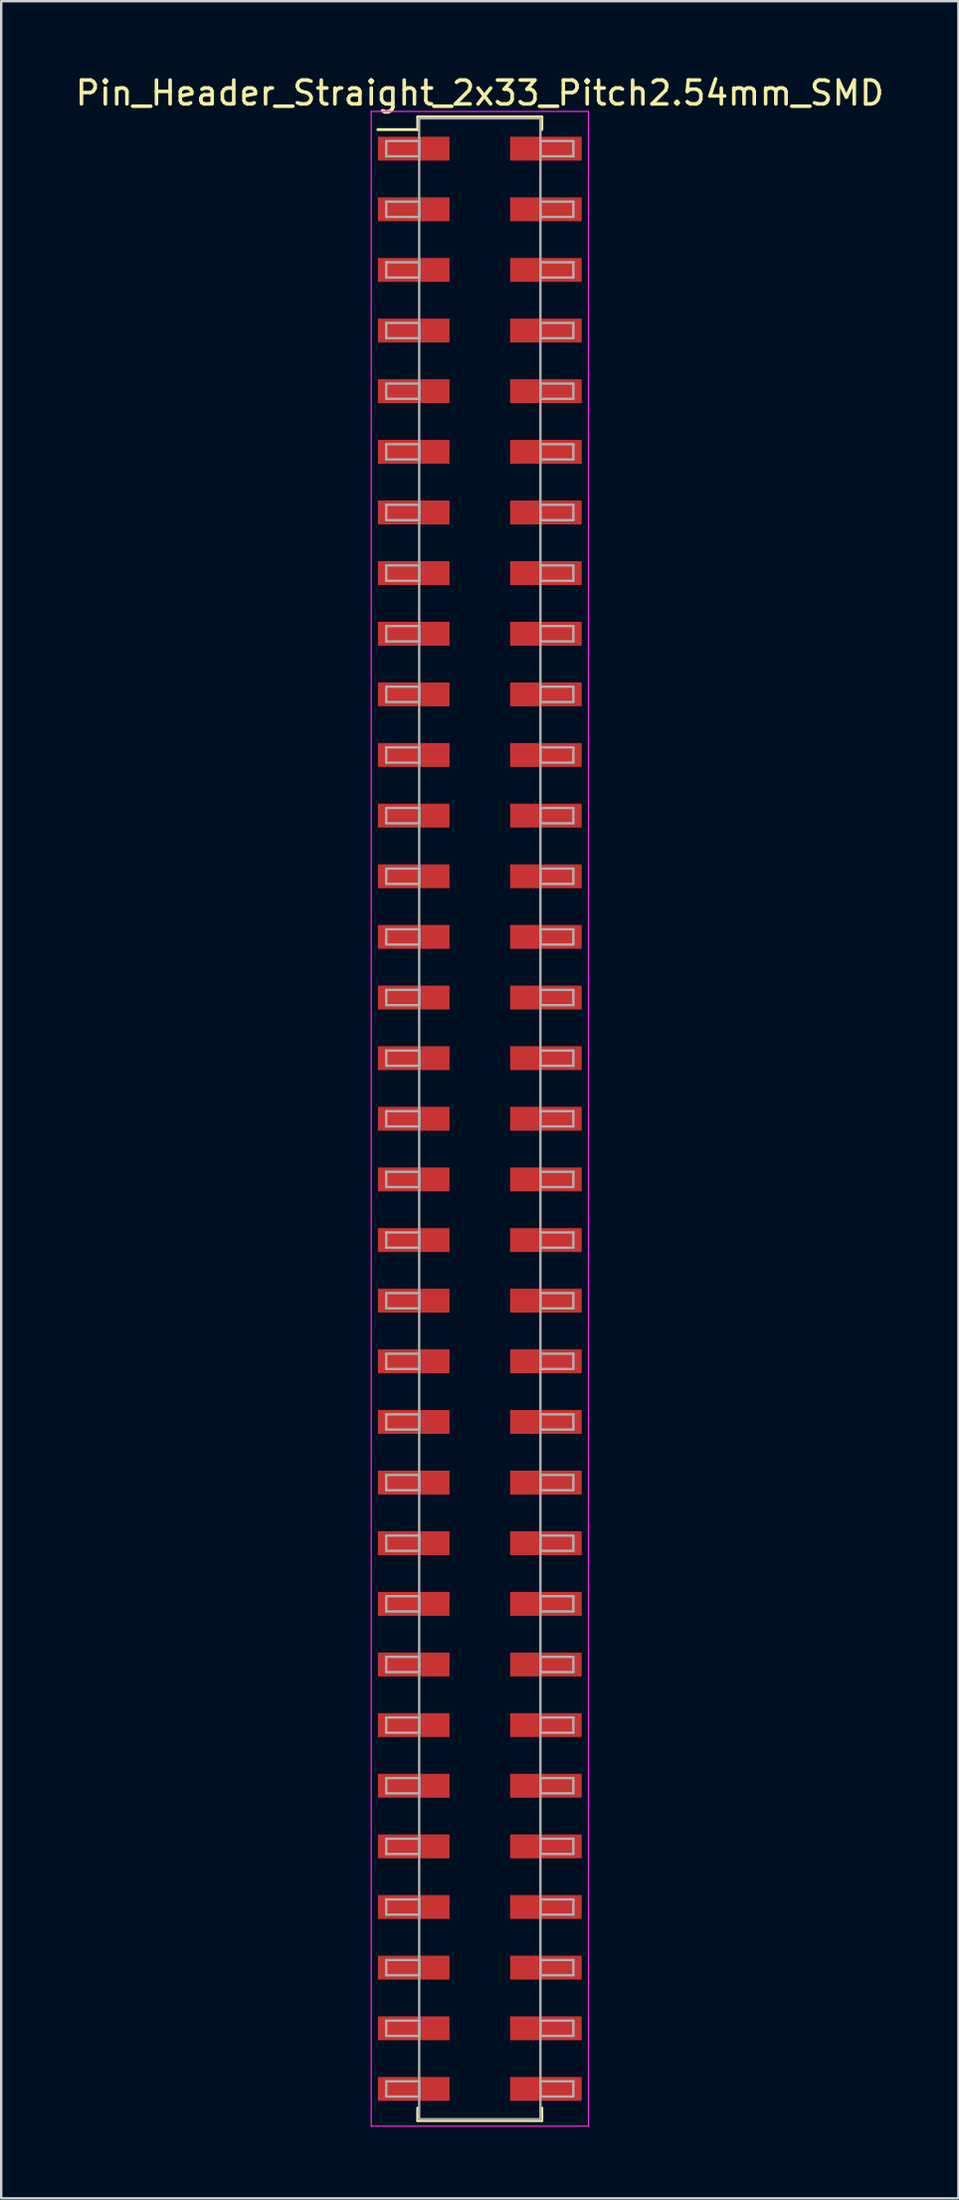
<source format=kicad_pcb>
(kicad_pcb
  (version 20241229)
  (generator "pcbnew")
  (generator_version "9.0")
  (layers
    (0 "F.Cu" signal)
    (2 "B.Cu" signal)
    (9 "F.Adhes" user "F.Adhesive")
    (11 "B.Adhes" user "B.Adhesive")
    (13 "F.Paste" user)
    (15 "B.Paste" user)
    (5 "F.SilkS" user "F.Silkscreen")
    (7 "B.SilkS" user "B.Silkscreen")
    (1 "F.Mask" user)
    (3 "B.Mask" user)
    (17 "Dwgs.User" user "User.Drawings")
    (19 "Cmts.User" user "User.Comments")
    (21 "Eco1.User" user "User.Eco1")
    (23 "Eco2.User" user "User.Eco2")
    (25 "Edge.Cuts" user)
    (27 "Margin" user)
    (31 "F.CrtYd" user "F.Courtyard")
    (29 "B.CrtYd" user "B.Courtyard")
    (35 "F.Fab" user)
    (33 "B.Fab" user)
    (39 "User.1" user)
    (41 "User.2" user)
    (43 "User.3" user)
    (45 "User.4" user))
  (footprint "Pin_Header_Straight_2x33_Pitch2.54mm_SMD"
    (layer "F.Cu")
    (at 17.054 43.818)
    (property "Reference" "Pin_Header_Straight_2x33_Pitch2.54mm_SMD" (at 0 -42.97 0) (layer "F.SilkS") (effects (font (size 1 1) (thickness 0.15))))
    (attr smd)
    (fp_line (start -4.27 -41.44) (end -2.6 -41.44) (stroke (width 0.12) (type solid)) (layer "F.SilkS"))
    (fp_line (start -2.6 -41.97) (end 2.6 -41.97) (stroke (width 0.12) (type solid)) (layer "F.SilkS"))
    (fp_line (start -2.6 -41.44) (end -2.6 -41.97) (stroke (width 0.12) (type solid)) (layer "F.SilkS"))
    (fp_line (start -2.6 41.44) (end -2.6 41.97) (stroke (width 0.12) (type solid)) (layer "F.SilkS"))
    (fp_line (start -2.6 41.97) (end 2.6 41.97) (stroke (width 0.12) (type solid)) (layer "F.SilkS"))
    (fp_line (start 2.6 -41.97) (end 2.6 -41.44) (stroke (width 0.12) (type solid)) (layer "F.SilkS"))
    (fp_line (start 2.6 41.97) (end 2.6 41.44) (stroke (width 0.12) (type solid)) (layer "F.SilkS"))
    (fp_line (start -4.55 -42.2) (end -4.55 42.2) (stroke (width 0.05) (type solid)) (layer "F.CrtYd"))
    (fp_line (start -4.55 42.2) (end 4.55 42.2) (stroke (width 0.05) (type solid)) (layer "F.CrtYd"))
    (fp_line (start 4.55 -42.2) (end -4.55 -42.2) (stroke (width 0.05) (type solid)) (layer "F.CrtYd"))
    (fp_line (start 4.55 42.2) (end 4.55 -42.2) (stroke (width 0.05) (type solid)) (layer "F.CrtYd"))
    (fp_line (start -3.92 -40.96) (end -2.54 -40.96) (stroke (width 0.1) (type solid)) (layer "F.Fab"))
    (fp_line (start -3.92 -40.32) (end -3.92 -40.96) (stroke (width 0.1) (type solid)) (layer "F.Fab"))
    (fp_line (start -3.92 -38.42) (end -2.54 -38.42) (stroke (width 0.1) (type solid)) (layer "F.Fab"))
    (fp_line (start -3.92 -37.78) (end -3.92 -38.42) (stroke (width 0.1) (type solid)) (layer "F.Fab"))
    (fp_line (start -3.92 -35.88) (end -2.54 -35.88) (stroke (width 0.1) (type solid)) (layer "F.Fab"))
    (fp_line (start -3.92 -35.24) (end -3.92 -35.88) (stroke (width 0.1) (type solid)) (layer "F.Fab"))
    (fp_line (start -3.92 -33.34) (end -2.54 -33.34) (stroke (width 0.1) (type solid)) (layer "F.Fab"))
    (fp_line (start -3.92 -32.7) (end -3.92 -33.34) (stroke (width 0.1) (type solid)) (layer "F.Fab"))
    (fp_line (start -3.92 -30.8) (end -2.54 -30.8) (stroke (width 0.1) (type solid)) (layer "F.Fab"))
    (fp_line (start -3.92 -30.16) (end -3.92 -30.8) (stroke (width 0.1) (type solid)) (layer "F.Fab"))
    (fp_line (start -3.92 -28.26) (end -2.54 -28.26) (stroke (width 0.1) (type solid)) (layer "F.Fab"))
    (fp_line (start -3.92 -27.62) (end -3.92 -28.26) (stroke (width 0.1) (type solid)) (layer "F.Fab"))
    (fp_line (start -3.92 -25.72) (end -2.54 -25.72) (stroke (width 0.1) (type solid)) (layer "F.Fab"))
    (fp_line (start -3.92 -25.08) (end -3.92 -25.72) (stroke (width 0.1) (type solid)) (layer "F.Fab"))
    (fp_line (start -3.92 -23.18) (end -2.54 -23.18) (stroke (width 0.1) (type solid)) (layer "F.Fab"))
    (fp_line (start -3.92 -22.54) (end -3.92 -23.18) (stroke (width 0.1) (type solid)) (layer "F.Fab"))
    (fp_line (start -3.92 -20.64) (end -2.54 -20.64) (stroke (width 0.1) (type solid)) (layer "F.Fab"))
    (fp_line (start -3.92 -20) (end -3.92 -20.64) (stroke (width 0.1) (type solid)) (layer "F.Fab"))
    (fp_line (start -3.92 -18.1) (end -2.54 -18.1) (stroke (width 0.1) (type solid)) (layer "F.Fab"))
    (fp_line (start -3.92 -17.46) (end -3.92 -18.1) (stroke (width 0.1) (type solid)) (layer "F.Fab"))
    (fp_line (start -3.92 -15.56) (end -2.54 -15.56) (stroke (width 0.1) (type solid)) (layer "F.Fab"))
    (fp_line (start -3.92 -14.92) (end -3.92 -15.56) (stroke (width 0.1) (type solid)) (layer "F.Fab"))
    (fp_line (start -3.92 -13.02) (end -2.54 -13.02) (stroke (width 0.1) (type solid)) (layer "F.Fab"))
    (fp_line (start -3.92 -12.38) (end -3.92 -13.02) (stroke (width 0.1) (type solid)) (layer "F.Fab"))
    (fp_line (start -3.92 -10.48) (end -2.54 -10.48) (stroke (width 0.1) (type solid)) (layer "F.Fab"))
    (fp_line (start -3.92 -9.84) (end -3.92 -10.48) (stroke (width 0.1) (type solid)) (layer "F.Fab"))
    (fp_line (start -3.92 -7.94) (end -2.54 -7.94) (stroke (width 0.1) (type solid)) (layer "F.Fab"))
    (fp_line (start -3.92 -7.3) (end -3.92 -7.94) (stroke (width 0.1) (type solid)) (layer "F.Fab"))
    (fp_line (start -3.92 -5.4) (end -2.54 -5.4) (stroke (width 0.1) (type solid)) (layer "F.Fab"))
    (fp_line (start -3.92 -4.76) (end -3.92 -5.4) (stroke (width 0.1) (type solid)) (layer "F.Fab"))
    (fp_line (start -3.92 -2.86) (end -2.54 -2.86) (stroke (width 0.1) (type solid)) (layer "F.Fab"))
    (fp_line (start -3.92 -2.22) (end -3.92 -2.86) (stroke (width 0.1) (type solid)) (layer "F.Fab"))
    (fp_line (start -3.92 -0.32) (end -2.54 -0.32) (stroke (width 0.1) (type solid)) (layer "F.Fab"))
    (fp_line (start -3.92 0.32) (end -3.92 -0.32) (stroke (width 0.1) (type solid)) (layer "F.Fab"))
    (fp_line (start -3.92 2.22) (end -2.54 2.22) (stroke (width 0.1) (type solid)) (layer "F.Fab"))
    (fp_line (start -3.92 2.86) (end -3.92 2.22) (stroke (width 0.1) (type solid)) (layer "F.Fab"))
    (fp_line (start -3.92 4.76) (end -2.54 4.76) (stroke (width 0.1) (type solid)) (layer "F.Fab"))
    (fp_line (start -3.92 5.4) (end -3.92 4.76) (stroke (width 0.1) (type solid)) (layer "F.Fab"))
    (fp_line (start -3.92 7.3) (end -2.54 7.3) (stroke (width 0.1) (type solid)) (layer "F.Fab"))
    (fp_line (start -3.92 7.94) (end -3.92 7.3) (stroke (width 0.1) (type solid)) (layer "F.Fab"))
    (fp_line (start -3.92 9.84) (end -2.54 9.84) (stroke (width 0.1) (type solid)) (layer "F.Fab"))
    (fp_line (start -3.92 10.48) (end -3.92 9.84) (stroke (width 0.1) (type solid)) (layer "F.Fab"))
    (fp_line (start -3.92 12.38) (end -2.54 12.38) (stroke (width 0.1) (type solid)) (layer "F.Fab"))
    (fp_line (start -3.92 13.02) (end -3.92 12.38) (stroke (width 0.1) (type solid)) (layer "F.Fab"))
    (fp_line (start -3.92 14.92) (end -2.54 14.92) (stroke (width 0.1) (type solid)) (layer "F.Fab"))
    (fp_line (start -3.92 15.56) (end -3.92 14.92) (stroke (width 0.1) (type solid)) (layer "F.Fab"))
    (fp_line (start -3.92 17.46) (end -2.54 17.46) (stroke (width 0.1) (type solid)) (layer "F.Fab"))
    (fp_line (start -3.92 18.1) (end -3.92 17.46) (stroke (width 0.1) (type solid)) (layer "F.Fab"))
    (fp_line (start -3.92 20) (end -2.54 20) (stroke (width 0.1) (type solid)) (layer "F.Fab"))
    (fp_line (start -3.92 20.64) (end -3.92 20) (stroke (width 0.1) (type solid)) (layer "F.Fab"))
    (fp_line (start -3.92 22.54) (end -2.54 22.54) (stroke (width 0.1) (type solid)) (layer "F.Fab"))
    (fp_line (start -3.92 23.18) (end -3.92 22.54) (stroke (width 0.1) (type solid)) (layer "F.Fab"))
    (fp_line (start -3.92 25.08) (end -2.54 25.08) (stroke (width 0.1) (type solid)) (layer "F.Fab"))
    (fp_line (start -3.92 25.72) (end -3.92 25.08) (stroke (width 0.1) (type solid)) (layer "F.Fab"))
    (fp_line (start -3.92 27.62) (end -2.54 27.62) (stroke (width 0.1) (type solid)) (layer "F.Fab"))
    (fp_line (start -3.92 28.26) (end -3.92 27.62) (stroke (width 0.1) (type solid)) (layer "F.Fab"))
    (fp_line (start -3.92 30.16) (end -2.54 30.16) (stroke (width 0.1) (type solid)) (layer "F.Fab"))
    (fp_line (start -3.92 30.8) (end -3.92 30.16) (stroke (width 0.1) (type solid)) (layer "F.Fab"))
    (fp_line (start -3.92 32.7) (end -2.54 32.7) (stroke (width 0.1) (type solid)) (layer "F.Fab"))
    (fp_line (start -3.92 33.34) (end -3.92 32.7) (stroke (width 0.1) (type solid)) (layer "F.Fab"))
    (fp_line (start -3.92 35.24) (end -2.54 35.24) (stroke (width 0.1) (type solid)) (layer "F.Fab"))
    (fp_line (start -3.92 35.88) (end -3.92 35.24) (stroke (width 0.1) (type solid)) (layer "F.Fab"))
    (fp_line (start -3.92 37.78) (end -2.54 37.78) (stroke (width 0.1) (type solid)) (layer "F.Fab"))
    (fp_line (start -3.92 38.42) (end -3.92 37.78) (stroke (width 0.1) (type solid)) (layer "F.Fab"))
    (fp_line (start -3.92 40.32) (end -2.54 40.32) (stroke (width 0.1) (type solid)) (layer "F.Fab"))
    (fp_line (start -3.92 40.96) (end -3.92 40.32) (stroke (width 0.1) (type solid)) (layer "F.Fab"))
    (fp_line (start -2.54 -41.91) (end -2.54 41.91) (stroke (width 0.1) (type solid)) (layer "F.Fab"))
    (fp_line (start -2.54 -40.96) (end -2.54 -40.32) (stroke (width 0.1) (type solid)) (layer "F.Fab"))
    (fp_line (start -2.54 -40.32) (end -3.92 -40.32) (stroke (width 0.1) (type solid)) (layer "F.Fab"))
    (fp_line (start -2.54 -38.42) (end -2.54 -37.78) (stroke (width 0.1) (type solid)) (layer "F.Fab"))
    (fp_line (start -2.54 -37.78) (end -3.92 -37.78) (stroke (width 0.1) (type solid)) (layer "F.Fab"))
    (fp_line (start -2.54 -35.88) (end -2.54 -35.24) (stroke (width 0.1) (type solid)) (layer "F.Fab"))
    (fp_line (start -2.54 -35.24) (end -3.92 -35.24) (stroke (width 0.1) (type solid)) (layer "F.Fab"))
    (fp_line (start -2.54 -33.34) (end -2.54 -32.7) (stroke (width 0.1) (type solid)) (layer "F.Fab"))
    (fp_line (start -2.54 -32.7) (end -3.92 -32.7) (stroke (width 0.1) (type solid)) (layer "F.Fab"))
    (fp_line (start -2.54 -30.8) (end -2.54 -30.16) (stroke (width 0.1) (type solid)) (layer "F.Fab"))
    (fp_line (start -2.54 -30.16) (end -3.92 -30.16) (stroke (width 0.1) (type solid)) (layer "F.Fab"))
    (fp_line (start -2.54 -28.26) (end -2.54 -27.62) (stroke (width 0.1) (type solid)) (layer "F.Fab"))
    (fp_line (start -2.54 -27.62) (end -3.92 -27.62) (stroke (width 0.1) (type solid)) (layer "F.Fab"))
    (fp_line (start -2.54 -25.72) (end -2.54 -25.08) (stroke (width 0.1) (type solid)) (layer "F.Fab"))
    (fp_line (start -2.54 -25.08) (end -3.92 -25.08) (stroke (width 0.1) (type solid)) (layer "F.Fab"))
    (fp_line (start -2.54 -23.18) (end -2.54 -22.54) (stroke (width 0.1) (type solid)) (layer "F.Fab"))
    (fp_line (start -2.54 -22.54) (end -3.92 -22.54) (stroke (width 0.1) (type solid)) (layer "F.Fab"))
    (fp_line (start -2.54 -20.64) (end -2.54 -20) (stroke (width 0.1) (type solid)) (layer "F.Fab"))
    (fp_line (start -2.54 -20) (end -3.92 -20) (stroke (width 0.1) (type solid)) (layer "F.Fab"))
    (fp_line (start -2.54 -18.1) (end -2.54 -17.46) (stroke (width 0.1) (type solid)) (layer "F.Fab"))
    (fp_line (start -2.54 -17.46) (end -3.92 -17.46) (stroke (width 0.1) (type solid)) (layer "F.Fab"))
    (fp_line (start -2.54 -15.56) (end -2.54 -14.92) (stroke (width 0.1) (type solid)) (layer "F.Fab"))
    (fp_line (start -2.54 -14.92) (end -3.92 -14.92) (stroke (width 0.1) (type solid)) (layer "F.Fab"))
    (fp_line (start -2.54 -13.02) (end -2.54 -12.38) (stroke (width 0.1) (type solid)) (layer "F.Fab"))
    (fp_line (start -2.54 -12.38) (end -3.92 -12.38) (stroke (width 0.1) (type solid)) (layer "F.Fab"))
    (fp_line (start -2.54 -10.48) (end -2.54 -9.84) (stroke (width 0.1) (type solid)) (layer "F.Fab"))
    (fp_line (start -2.54 -9.84) (end -3.92 -9.84) (stroke (width 0.1) (type solid)) (layer "F.Fab"))
    (fp_line (start -2.54 -7.94) (end -2.54 -7.3) (stroke (width 0.1) (type solid)) (layer "F.Fab"))
    (fp_line (start -2.54 -7.3) (end -3.92 -7.3) (stroke (width 0.1) (type solid)) (layer "F.Fab"))
    (fp_line (start -2.54 -5.4) (end -2.54 -4.76) (stroke (width 0.1) (type solid)) (layer "F.Fab"))
    (fp_line (start -2.54 -4.76) (end -3.92 -4.76) (stroke (width 0.1) (type solid)) (layer "F.Fab"))
    (fp_line (start -2.54 -2.86) (end -2.54 -2.22) (stroke (width 0.1) (type solid)) (layer "F.Fab"))
    (fp_line (start -2.54 -2.22) (end -3.92 -2.22) (stroke (width 0.1) (type solid)) (layer "F.Fab"))
    (fp_line (start -2.54 -0.32) (end -2.54 0.32) (stroke (width 0.1) (type solid)) (layer "F.Fab"))
    (fp_line (start -2.54 0.32) (end -3.92 0.32) (stroke (width 0.1) (type solid)) (layer "F.Fab"))
    (fp_line (start -2.54 2.22) (end -2.54 2.86) (stroke (width 0.1) (type solid)) (layer "F.Fab"))
    (fp_line (start -2.54 2.86) (end -3.92 2.86) (stroke (width 0.1) (type solid)) (layer "F.Fab"))
    (fp_line (start -2.54 4.76) (end -2.54 5.4) (stroke (width 0.1) (type solid)) (layer "F.Fab"))
    (fp_line (start -2.54 5.4) (end -3.92 5.4) (stroke (width 0.1) (type solid)) (layer "F.Fab"))
    (fp_line (start -2.54 7.3) (end -2.54 7.94) (stroke (width 0.1) (type solid)) (layer "F.Fab"))
    (fp_line (start -2.54 7.94) (end -3.92 7.94) (stroke (width 0.1) (type solid)) (layer "F.Fab"))
    (fp_line (start -2.54 9.84) (end -2.54 10.48) (stroke (width 0.1) (type solid)) (layer "F.Fab"))
    (fp_line (start -2.54 10.48) (end -3.92 10.48) (stroke (width 0.1) (type solid)) (layer "F.Fab"))
    (fp_line (start -2.54 12.38) (end -2.54 13.02) (stroke (width 0.1) (type solid)) (layer "F.Fab"))
    (fp_line (start -2.54 13.02) (end -3.92 13.02) (stroke (width 0.1) (type solid)) (layer "F.Fab"))
    (fp_line (start -2.54 14.92) (end -2.54 15.56) (stroke (width 0.1) (type solid)) (layer "F.Fab"))
    (fp_line (start -2.54 15.56) (end -3.92 15.56) (stroke (width 0.1) (type solid)) (layer "F.Fab"))
    (fp_line (start -2.54 17.46) (end -2.54 18.1) (stroke (width 0.1) (type solid)) (layer "F.Fab"))
    (fp_line (start -2.54 18.1) (end -3.92 18.1) (stroke (width 0.1) (type solid)) (layer "F.Fab"))
    (fp_line (start -2.54 20) (end -2.54 20.64) (stroke (width 0.1) (type solid)) (layer "F.Fab"))
    (fp_line (start -2.54 20.64) (end -3.92 20.64) (stroke (width 0.1) (type solid)) (layer "F.Fab"))
    (fp_line (start -2.54 22.54) (end -2.54 23.18) (stroke (width 0.1) (type solid)) (layer "F.Fab"))
    (fp_line (start -2.54 23.18) (end -3.92 23.18) (stroke (width 0.1) (type solid)) (layer "F.Fab"))
    (fp_line (start -2.54 25.08) (end -2.54 25.72) (stroke (width 0.1) (type solid)) (layer "F.Fab"))
    (fp_line (start -2.54 25.72) (end -3.92 25.72) (stroke (width 0.1) (type solid)) (layer "F.Fab"))
    (fp_line (start -2.54 27.62) (end -2.54 28.26) (stroke (width 0.1) (type solid)) (layer "F.Fab"))
    (fp_line (start -2.54 28.26) (end -3.92 28.26) (stroke (width 0.1) (type solid)) (layer "F.Fab"))
    (fp_line (start -2.54 30.16) (end -2.54 30.8) (stroke (width 0.1) (type solid)) (layer "F.Fab"))
    (fp_line (start -2.54 30.8) (end -3.92 30.8) (stroke (width 0.1) (type solid)) (layer "F.Fab"))
    (fp_line (start -2.54 32.7) (end -2.54 33.34) (stroke (width 0.1) (type solid)) (layer "F.Fab"))
    (fp_line (start -2.54 33.34) (end -3.92 33.34) (stroke (width 0.1) (type solid)) (layer "F.Fab"))
    (fp_line (start -2.54 35.24) (end -2.54 35.88) (stroke (width 0.1) (type solid)) (layer "F.Fab"))
    (fp_line (start -2.54 35.88) (end -3.92 35.88) (stroke (width 0.1) (type solid)) (layer "F.Fab"))
    (fp_line (start -2.54 37.78) (end -2.54 38.42) (stroke (width 0.1) (type solid)) (layer "F.Fab"))
    (fp_line (start -2.54 38.42) (end -3.92 38.42) (stroke (width 0.1) (type solid)) (layer "F.Fab"))
    (fp_line (start -2.54 40.32) (end -2.54 40.96) (stroke (width 0.1) (type solid)) (layer "F.Fab"))
    (fp_line (start -2.54 40.96) (end -3.92 40.96) (stroke (width 0.1) (type solid)) (layer "F.Fab"))
    (fp_line (start -2.54 41.91) (end 2.54 41.91) (stroke (width 0.1) (type solid)) (layer "F.Fab"))
    (fp_line (start 2.54 -41.91) (end -2.54 -41.91) (stroke (width 0.1) (type solid)) (layer "F.Fab"))
    (fp_line (start 2.54 -40.96) (end 2.54 -40.32) (stroke (width 0.1) (type solid)) (layer "F.Fab"))
    (fp_line (start 2.54 -40.32) (end 3.92 -40.32) (stroke (width 0.1) (type solid)) (layer "F.Fab"))
    (fp_line (start 2.54 -38.42) (end 2.54 -37.78) (stroke (width 0.1) (type solid)) (layer "F.Fab"))
    (fp_line (start 2.54 -37.78) (end 3.92 -37.78) (stroke (width 0.1) (type solid)) (layer "F.Fab"))
    (fp_line (start 2.54 -35.88) (end 2.54 -35.24) (stroke (width 0.1) (type solid)) (layer "F.Fab"))
    (fp_line (start 2.54 -35.24) (end 3.92 -35.24) (stroke (width 0.1) (type solid)) (layer "F.Fab"))
    (fp_line (start 2.54 -33.34) (end 2.54 -32.7) (stroke (width 0.1) (type solid)) (layer "F.Fab"))
    (fp_line (start 2.54 -32.7) (end 3.92 -32.7) (stroke (width 0.1) (type solid)) (layer "F.Fab"))
    (fp_line (start 2.54 -30.8) (end 2.54 -30.16) (stroke (width 0.1) (type solid)) (layer "F.Fab"))
    (fp_line (start 2.54 -30.16) (end 3.92 -30.16) (stroke (width 0.1) (type solid)) (layer "F.Fab"))
    (fp_line (start 2.54 -28.26) (end 2.54 -27.62) (stroke (width 0.1) (type solid)) (layer "F.Fab"))
    (fp_line (start 2.54 -27.62) (end 3.92 -27.62) (stroke (width 0.1) (type solid)) (layer "F.Fab"))
    (fp_line (start 2.54 -25.72) (end 2.54 -25.08) (stroke (width 0.1) (type solid)) (layer "F.Fab"))
    (fp_line (start 2.54 -25.08) (end 3.92 -25.08) (stroke (width 0.1) (type solid)) (layer "F.Fab"))
    (fp_line (start 2.54 -23.18) (end 2.54 -22.54) (stroke (width 0.1) (type solid)) (layer "F.Fab"))
    (fp_line (start 2.54 -22.54) (end 3.92 -22.54) (stroke (width 0.1) (type solid)) (layer "F.Fab"))
    (fp_line (start 2.54 -20.64) (end 2.54 -20) (stroke (width 0.1) (type solid)) (layer "F.Fab"))
    (fp_line (start 2.54 -20) (end 3.92 -20) (stroke (width 0.1) (type solid)) (layer "F.Fab"))
    (fp_line (start 2.54 -18.1) (end 2.54 -17.46) (stroke (width 0.1) (type solid)) (layer "F.Fab"))
    (fp_line (start 2.54 -17.46) (end 3.92 -17.46) (stroke (width 0.1) (type solid)) (layer "F.Fab"))
    (fp_line (start 2.54 -15.56) (end 2.54 -14.92) (stroke (width 0.1) (type solid)) (layer "F.Fab"))
    (fp_line (start 2.54 -14.92) (end 3.92 -14.92) (stroke (width 0.1) (type solid)) (layer "F.Fab"))
    (fp_line (start 2.54 -13.02) (end 2.54 -12.38) (stroke (width 0.1) (type solid)) (layer "F.Fab"))
    (fp_line (start 2.54 -12.38) (end 3.92 -12.38) (stroke (width 0.1) (type solid)) (layer "F.Fab"))
    (fp_line (start 2.54 -10.48) (end 2.54 -9.84) (stroke (width 0.1) (type solid)) (layer "F.Fab"))
    (fp_line (start 2.54 -9.84) (end 3.92 -9.84) (stroke (width 0.1) (type solid)) (layer "F.Fab"))
    (fp_line (start 2.54 -7.94) (end 2.54 -7.3) (stroke (width 0.1) (type solid)) (layer "F.Fab"))
    (fp_line (start 2.54 -7.3) (end 3.92 -7.3) (stroke (width 0.1) (type solid)) (layer "F.Fab"))
    (fp_line (start 2.54 -5.4) (end 2.54 -4.76) (stroke (width 0.1) (type solid)) (layer "F.Fab"))
    (fp_line (start 2.54 -4.76) (end 3.92 -4.76) (stroke (width 0.1) (type solid)) (layer "F.Fab"))
    (fp_line (start 2.54 -2.86) (end 2.54 -2.22) (stroke (width 0.1) (type solid)) (layer "F.Fab"))
    (fp_line (start 2.54 -2.22) (end 3.92 -2.22) (stroke (width 0.1) (type solid)) (layer "F.Fab"))
    (fp_line (start 2.54 -0.32) (end 2.54 0.32) (stroke (width 0.1) (type solid)) (layer "F.Fab"))
    (fp_line (start 2.54 0.32) (end 3.92 0.32) (stroke (width 0.1) (type solid)) (layer "F.Fab"))
    (fp_line (start 2.54 2.22) (end 2.54 2.86) (stroke (width 0.1) (type solid)) (layer "F.Fab"))
    (fp_line (start 2.54 2.86) (end 3.92 2.86) (stroke (width 0.1) (type solid)) (layer "F.Fab"))
    (fp_line (start 2.54 4.76) (end 2.54 5.4) (stroke (width 0.1) (type solid)) (layer "F.Fab"))
    (fp_line (start 2.54 5.4) (end 3.92 5.4) (stroke (width 0.1) (type solid)) (layer "F.Fab"))
    (fp_line (start 2.54 7.3) (end 2.54 7.94) (stroke (width 0.1) (type solid)) (layer "F.Fab"))
    (fp_line (start 2.54 7.94) (end 3.92 7.94) (stroke (width 0.1) (type solid)) (layer "F.Fab"))
    (fp_line (start 2.54 9.84) (end 2.54 10.48) (stroke (width 0.1) (type solid)) (layer "F.Fab"))
    (fp_line (start 2.54 10.48) (end 3.92 10.48) (stroke (width 0.1) (type solid)) (layer "F.Fab"))
    (fp_line (start 2.54 12.38) (end 2.54 13.02) (stroke (width 0.1) (type solid)) (layer "F.Fab"))
    (fp_line (start 2.54 13.02) (end 3.92 13.02) (stroke (width 0.1) (type solid)) (layer "F.Fab"))
    (fp_line (start 2.54 14.92) (end 2.54 15.56) (stroke (width 0.1) (type solid)) (layer "F.Fab"))
    (fp_line (start 2.54 15.56) (end 3.92 15.56) (stroke (width 0.1) (type solid)) (layer "F.Fab"))
    (fp_line (start 2.54 17.46) (end 2.54 18.1) (stroke (width 0.1) (type solid)) (layer "F.Fab"))
    (fp_line (start 2.54 18.1) (end 3.92 18.1) (stroke (width 0.1) (type solid)) (layer "F.Fab"))
    (fp_line (start 2.54 20) (end 2.54 20.64) (stroke (width 0.1) (type solid)) (layer "F.Fab"))
    (fp_line (start 2.54 20.64) (end 3.92 20.64) (stroke (width 0.1) (type solid)) (layer "F.Fab"))
    (fp_line (start 2.54 22.54) (end 2.54 23.18) (stroke (width 0.1) (type solid)) (layer "F.Fab"))
    (fp_line (start 2.54 23.18) (end 3.92 23.18) (stroke (width 0.1) (type solid)) (layer "F.Fab"))
    (fp_line (start 2.54 25.08) (end 2.54 25.72) (stroke (width 0.1) (type solid)) (layer "F.Fab"))
    (fp_line (start 2.54 25.72) (end 3.92 25.72) (stroke (width 0.1) (type solid)) (layer "F.Fab"))
    (fp_line (start 2.54 27.62) (end 2.54 28.26) (stroke (width 0.1) (type solid)) (layer "F.Fab"))
    (fp_line (start 2.54 28.26) (end 3.92 28.26) (stroke (width 0.1) (type solid)) (layer "F.Fab"))
    (fp_line (start 2.54 30.16) (end 2.54 30.8) (stroke (width 0.1) (type solid)) (layer "F.Fab"))
    (fp_line (start 2.54 30.8) (end 3.92 30.8) (stroke (width 0.1) (type solid)) (layer "F.Fab"))
    (fp_line (start 2.54 32.7) (end 2.54 33.34) (stroke (width 0.1) (type solid)) (layer "F.Fab"))
    (fp_line (start 2.54 33.34) (end 3.92 33.34) (stroke (width 0.1) (type solid)) (layer "F.Fab"))
    (fp_line (start 2.54 35.24) (end 2.54 35.88) (stroke (width 0.1) (type solid)) (layer "F.Fab"))
    (fp_line (start 2.54 35.88) (end 3.92 35.88) (stroke (width 0.1) (type solid)) (layer "F.Fab"))
    (fp_line (start 2.54 37.78) (end 2.54 38.42) (stroke (width 0.1) (type solid)) (layer "F.Fab"))
    (fp_line (start 2.54 38.42) (end 3.92 38.42) (stroke (width 0.1) (type solid)) (layer "F.Fab"))
    (fp_line (start 2.54 40.32) (end 2.54 40.96) (stroke (width 0.1) (type solid)) (layer "F.Fab"))
    (fp_line (start 2.54 40.96) (end 3.92 40.96) (stroke (width 0.1) (type solid)) (layer "F.Fab"))
    (fp_line (start 2.54 41.91) (end 2.54 -41.91) (stroke (width 0.1) (type solid)) (layer "F.Fab"))
    (fp_line (start 3.92 -40.96) (end 2.54 -40.96) (stroke (width 0.1) (type solid)) (layer "F.Fab"))
    (fp_line (start 3.92 -40.32) (end 3.92 -40.96) (stroke (width 0.1) (type solid)) (layer "F.Fab"))
    (fp_line (start 3.92 -38.42) (end 2.54 -38.42) (stroke (width 0.1) (type solid)) (layer "F.Fab"))
    (fp_line (start 3.92 -37.78) (end 3.92 -38.42) (stroke (width 0.1) (type solid)) (layer "F.Fab"))
    (fp_line (start 3.92 -35.88) (end 2.54 -35.88) (stroke (width 0.1) (type solid)) (layer "F.Fab"))
    (fp_line (start 3.92 -35.24) (end 3.92 -35.88) (stroke (width 0.1) (type solid)) (layer "F.Fab"))
    (fp_line (start 3.92 -33.34) (end 2.54 -33.34) (stroke (width 0.1) (type solid)) (layer "F.Fab"))
    (fp_line (start 3.92 -32.7) (end 3.92 -33.34) (stroke (width 0.1) (type solid)) (layer "F.Fab"))
    (fp_line (start 3.92 -30.8) (end 2.54 -30.8) (stroke (width 0.1) (type solid)) (layer "F.Fab"))
    (fp_line (start 3.92 -30.16) (end 3.92 -30.8) (stroke (width 0.1) (type solid)) (layer "F.Fab"))
    (fp_line (start 3.92 -28.26) (end 2.54 -28.26) (stroke (width 0.1) (type solid)) (layer "F.Fab"))
    (fp_line (start 3.92 -27.62) (end 3.92 -28.26) (stroke (width 0.1) (type solid)) (layer "F.Fab"))
    (fp_line (start 3.92 -25.72) (end 2.54 -25.72) (stroke (width 0.1) (type solid)) (layer "F.Fab"))
    (fp_line (start 3.92 -25.08) (end 3.92 -25.72) (stroke (width 0.1) (type solid)) (layer "F.Fab"))
    (fp_line (start 3.92 -23.18) (end 2.54 -23.18) (stroke (width 0.1) (type solid)) (layer "F.Fab"))
    (fp_line (start 3.92 -22.54) (end 3.92 -23.18) (stroke (width 0.1) (type solid)) (layer "F.Fab"))
    (fp_line (start 3.92 -20.64) (end 2.54 -20.64) (stroke (width 0.1) (type solid)) (layer "F.Fab"))
    (fp_line (start 3.92 -20) (end 3.92 -20.64) (stroke (width 0.1) (type solid)) (layer "F.Fab"))
    (fp_line (start 3.92 -18.1) (end 2.54 -18.1) (stroke (width 0.1) (type solid)) (layer "F.Fab"))
    (fp_line (start 3.92 -17.46) (end 3.92 -18.1) (stroke (width 0.1) (type solid)) (layer "F.Fab"))
    (fp_line (start 3.92 -15.56) (end 2.54 -15.56) (stroke (width 0.1) (type solid)) (layer "F.Fab"))
    (fp_line (start 3.92 -14.92) (end 3.92 -15.56) (stroke (width 0.1) (type solid)) (layer "F.Fab"))
    (fp_line (start 3.92 -13.02) (end 2.54 -13.02) (stroke (width 0.1) (type solid)) (layer "F.Fab"))
    (fp_line (start 3.92 -12.38) (end 3.92 -13.02) (stroke (width 0.1) (type solid)) (layer "F.Fab"))
    (fp_line (start 3.92 -10.48) (end 2.54 -10.48) (stroke (width 0.1) (type solid)) (layer "F.Fab"))
    (fp_line (start 3.92 -9.84) (end 3.92 -10.48) (stroke (width 0.1) (type solid)) (layer "F.Fab"))
    (fp_line (start 3.92 -7.94) (end 2.54 -7.94) (stroke (width 0.1) (type solid)) (layer "F.Fab"))
    (fp_line (start 3.92 -7.3) (end 3.92 -7.94) (stroke (width 0.1) (type solid)) (layer "F.Fab"))
    (fp_line (start 3.92 -5.4) (end 2.54 -5.4) (stroke (width 0.1) (type solid)) (layer "F.Fab"))
    (fp_line (start 3.92 -4.76) (end 3.92 -5.4) (stroke (width 0.1) (type solid)) (layer "F.Fab"))
    (fp_line (start 3.92 -2.86) (end 2.54 -2.86) (stroke (width 0.1) (type solid)) (layer "F.Fab"))
    (fp_line (start 3.92 -2.22) (end 3.92 -2.86) (stroke (width 0.1) (type solid)) (layer "F.Fab"))
    (fp_line (start 3.92 -0.32) (end 2.54 -0.32) (stroke (width 0.1) (type solid)) (layer "F.Fab"))
    (fp_line (start 3.92 0.32) (end 3.92 -0.32) (stroke (width 0.1) (type solid)) (layer "F.Fab"))
    (fp_line (start 3.92 2.22) (end 2.54 2.22) (stroke (width 0.1) (type solid)) (layer "F.Fab"))
    (fp_line (start 3.92 2.86) (end 3.92 2.22) (stroke (width 0.1) (type solid)) (layer "F.Fab"))
    (fp_line (start 3.92 4.76) (end 2.54 4.76) (stroke (width 0.1) (type solid)) (layer "F.Fab"))
    (fp_line (start 3.92 5.4) (end 3.92 4.76) (stroke (width 0.1) (type solid)) (layer "F.Fab"))
    (fp_line (start 3.92 7.3) (end 2.54 7.3) (stroke (width 0.1) (type solid)) (layer "F.Fab"))
    (fp_line (start 3.92 7.94) (end 3.92 7.3) (stroke (width 0.1) (type solid)) (layer "F.Fab"))
    (fp_line (start 3.92 9.84) (end 2.54 9.84) (stroke (width 0.1) (type solid)) (layer "F.Fab"))
    (fp_line (start 3.92 10.48) (end 3.92 9.84) (stroke (width 0.1) (type solid)) (layer "F.Fab"))
    (fp_line (start 3.92 12.38) (end 2.54 12.38) (stroke (width 0.1) (type solid)) (layer "F.Fab"))
    (fp_line (start 3.92 13.02) (end 3.92 12.38) (stroke (width 0.1) (type solid)) (layer "F.Fab"))
    (fp_line (start 3.92 14.92) (end 2.54 14.92) (stroke (width 0.1) (type solid)) (layer "F.Fab"))
    (fp_line (start 3.92 15.56) (end 3.92 14.92) (stroke (width 0.1) (type solid)) (layer "F.Fab"))
    (fp_line (start 3.92 17.46) (end 2.54 17.46) (stroke (width 0.1) (type solid)) (layer "F.Fab"))
    (fp_line (start 3.92 18.1) (end 3.92 17.46) (stroke (width 0.1) (type solid)) (layer "F.Fab"))
    (fp_line (start 3.92 20) (end 2.54 20) (stroke (width 0.1) (type solid)) (layer "F.Fab"))
    (fp_line (start 3.92 20.64) (end 3.92 20) (stroke (width 0.1) (type solid)) (layer "F.Fab"))
    (fp_line (start 3.92 22.54) (end 2.54 22.54) (stroke (width 0.1) (type solid)) (layer "F.Fab"))
    (fp_line (start 3.92 23.18) (end 3.92 22.54) (stroke (width 0.1) (type solid)) (layer "F.Fab"))
    (fp_line (start 3.92 25.08) (end 2.54 25.08) (stroke (width 0.1) (type solid)) (layer "F.Fab"))
    (fp_line (start 3.92 25.72) (end 3.92 25.08) (stroke (width 0.1) (type solid)) (layer "F.Fab"))
    (fp_line (start 3.92 27.62) (end 2.54 27.62) (stroke (width 0.1) (type solid)) (layer "F.Fab"))
    (fp_line (start 3.92 28.26) (end 3.92 27.62) (stroke (width 0.1) (type solid)) (layer "F.Fab"))
    (fp_line (start 3.92 30.16) (end 2.54 30.16) (stroke (width 0.1) (type solid)) (layer "F.Fab"))
    (fp_line (start 3.92 30.8) (end 3.92 30.16) (stroke (width 0.1) (type solid)) (layer "F.Fab"))
    (fp_line (start 3.92 32.7) (end 2.54 32.7) (stroke (width 0.1) (type solid)) (layer "F.Fab"))
    (fp_line (start 3.92 33.34) (end 3.92 32.7) (stroke (width 0.1) (type solid)) (layer "F.Fab"))
    (fp_line (start 3.92 35.24) (end 2.54 35.24) (stroke (width 0.1) (type solid)) (layer "F.Fab"))
    (fp_line (start 3.92 35.88) (end 3.92 35.24) (stroke (width 0.1) (type solid)) (layer "F.Fab"))
    (fp_line (start 3.92 37.78) (end 2.54 37.78) (stroke (width 0.1) (type solid)) (layer "F.Fab"))
    (fp_line (start 3.92 38.42) (end 3.92 37.78) (stroke (width 0.1) (type solid)) (layer "F.Fab"))
    (fp_line (start 3.92 40.32) (end 2.54 40.32) (stroke (width 0.1) (type solid)) (layer "F.Fab"))
    (fp_line (start 3.92 40.96) (end 3.92 40.32) (stroke (width 0.1) (type solid)) (layer "F.Fab"))
    (pad "1" smd rect (at -2.77 -40.64) (size 3 1) (layers "F.Cu" "F.Mask"))
    (pad "2" smd rect (at 2.77 -40.64) (size 3 1) (layers "F.Cu" "F.Mask"))
    (pad "3" smd rect (at -2.77 -38.1) (size 3 1) (layers "F.Cu" "F.Mask"))
    (pad "4" smd rect (at 2.77 -38.1) (size 3 1) (layers "F.Cu" "F.Mask"))
    (pad "5" smd rect (at -2.77 -35.56) (size 3 1) (layers "F.Cu" "F.Mask"))
    (pad "6" smd rect (at 2.77 -35.56) (size 3 1) (layers "F.Cu" "F.Mask"))
    (pad "7" smd rect (at -2.77 -33.02) (size 3 1) (layers "F.Cu" "F.Mask"))
    (pad "8" smd rect (at 2.77 -33.02) (size 3 1) (layers "F.Cu" "F.Mask"))
    (pad "9" smd rect (at -2.77 -30.48) (size 3 1) (layers "F.Cu" "F.Mask"))
    (pad "10" smd rect (at 2.77 -30.48) (size 3 1) (layers "F.Cu" "F.Mask"))
    (pad "11" smd rect (at -2.77 -27.94) (size 3 1) (layers "F.Cu" "F.Mask"))
    (pad "12" smd rect (at 2.77 -27.94) (size 3 1) (layers "F.Cu" "F.Mask"))
    (pad "13" smd rect (at -2.77 -25.4) (size 3 1) (layers "F.Cu" "F.Mask"))
    (pad "14" smd rect (at 2.77 -25.4) (size 3 1) (layers "F.Cu" "F.Mask"))
    (pad "15" smd rect (at -2.77 -22.86) (size 3 1) (layers "F.Cu" "F.Mask"))
    (pad "16" smd rect (at 2.77 -22.86) (size 3 1) (layers "F.Cu" "F.Mask"))
    (pad "17" smd rect (at -2.77 -20.32) (size 3 1) (layers "F.Cu" "F.Mask"))
    (pad "18" smd rect (at 2.77 -20.32) (size 3 1) (layers "F.Cu" "F.Mask"))
    (pad "19" smd rect (at -2.77 -17.78) (size 3 1) (layers "F.Cu" "F.Mask"))
    (pad "20" smd rect (at 2.77 -17.78) (size 3 1) (layers "F.Cu" "F.Mask"))
    (pad "21" smd rect (at -2.77 -15.24) (size 3 1) (layers "F.Cu" "F.Mask"))
    (pad "22" smd rect (at 2.77 -15.24) (size 3 1) (layers "F.Cu" "F.Mask"))
    (pad "23" smd rect (at -2.77 -12.7) (size 3 1) (layers "F.Cu" "F.Mask"))
    (pad "24" smd rect (at 2.77 -12.7) (size 3 1) (layers "F.Cu" "F.Mask"))
    (pad "25" smd rect (at -2.77 -10.16) (size 3 1) (layers "F.Cu" "F.Mask"))
    (pad "26" smd rect (at 2.77 -10.16) (size 3 1) (layers "F.Cu" "F.Mask"))
    (pad "27" smd rect (at -2.77 -7.62) (size 3 1) (layers "F.Cu" "F.Mask"))
    (pad "28" smd rect (at 2.77 -7.62) (size 3 1) (layers "F.Cu" "F.Mask"))
    (pad "29" smd rect (at -2.77 -5.08) (size 3 1) (layers "F.Cu" "F.Mask"))
    (pad "30" smd rect (at 2.77 -5.08) (size 3 1) (layers "F.Cu" "F.Mask"))
    (pad "31" smd rect (at -2.77 -2.54) (size 3 1) (layers "F.Cu" "F.Mask"))
    (pad "32" smd rect (at 2.77 -2.54) (size 3 1) (layers "F.Cu" "F.Mask"))
    (pad "33" smd rect (at -2.77 0) (size 3 1) (layers "F.Cu" "F.Mask"))
    (pad "34" smd rect (at 2.77 0) (size 3 1) (layers "F.Cu" "F.Mask"))
    (pad "35" smd rect (at -2.77 2.54) (size 3 1) (layers "F.Cu" "F.Mask"))
    (pad "36" smd rect (at 2.77 2.54) (size 3 1) (layers "F.Cu" "F.Mask"))
    (pad "37" smd rect (at -2.77 5.08) (size 3 1) (layers "F.Cu" "F.Mask"))
    (pad "38" smd rect (at 2.77 5.08) (size 3 1) (layers "F.Cu" "F.Mask"))
    (pad "39" smd rect (at -2.77 7.62) (size 3 1) (layers "F.Cu" "F.Mask"))
    (pad "40" smd rect (at 2.77 7.62) (size 3 1) (layers "F.Cu" "F.Mask"))
    (pad "41" smd rect (at -2.77 10.16) (size 3 1) (layers "F.Cu" "F.Mask"))
    (pad "42" smd rect (at 2.77 10.16) (size 3 1) (layers "F.Cu" "F.Mask"))
    (pad "43" smd rect (at -2.77 12.7) (size 3 1) (layers "F.Cu" "F.Mask"))
    (pad "44" smd rect (at 2.77 12.7) (size 3 1) (layers "F.Cu" "F.Mask"))
    (pad "45" smd rect (at -2.77 15.24) (size 3 1) (layers "F.Cu" "F.Mask"))
    (pad "46" smd rect (at 2.77 15.24) (size 3 1) (layers "F.Cu" "F.Mask"))
    (pad "47" smd rect (at -2.77 17.78) (size 3 1) (layers "F.Cu" "F.Mask"))
    (pad "48" smd rect (at 2.77 17.78) (size 3 1) (layers "F.Cu" "F.Mask"))
    (pad "49" smd rect (at -2.77 20.32) (size 3 1) (layers "F.Cu" "F.Mask"))
    (pad "50" smd rect (at 2.77 20.32) (size 3 1) (layers "F.Cu" "F.Mask"))
    (pad "51" smd rect (at -2.77 22.86) (size 3 1) (layers "F.Cu" "F.Mask"))
    (pad "52" smd rect (at 2.77 22.86) (size 3 1) (layers "F.Cu" "F.Mask"))
    (pad "53" smd rect (at -2.77 25.4) (size 3 1) (layers "F.Cu" "F.Mask"))
    (pad "54" smd rect (at 2.77 25.4) (size 3 1) (layers "F.Cu" "F.Mask"))
    (pad "55" smd rect (at -2.77 27.94) (size 3 1) (layers "F.Cu" "F.Mask"))
    (pad "56" smd rect (at 2.77 27.94) (size 3 1) (layers "F.Cu" "F.Mask"))
    (pad "57" smd rect (at -2.77 30.48) (size 3 1) (layers "F.Cu" "F.Mask"))
    (pad "58" smd rect (at 2.77 30.48) (size 3 1) (layers "F.Cu" "F.Mask"))
    (pad "59" smd rect (at -2.77 33.02) (size 3 1) (layers "F.Cu" "F.Mask"))
    (pad "60" smd rect (at 2.77 33.02) (size 3 1) (layers "F.Cu" "F.Mask"))
    (pad "61" smd rect (at -2.77 35.56) (size 3 1) (layers "F.Cu" "F.Mask"))
    (pad "62" smd rect (at 2.77 35.56) (size 3 1) (layers "F.Cu" "F.Mask"))
    (pad "63" smd rect (at -2.77 38.1) (size 3 1) (layers "F.Cu" "F.Mask"))
    (pad "64" smd rect (at 2.77 38.1) (size 3 1) (layers "F.Cu" "F.Mask"))
    (pad "65" smd rect (at -2.77 40.64) (size 3 1) (layers "F.Cu" "F.Mask"))
    (pad "66" smd rect (at 2.77 40.64) (size 3 1) (layers "F.Cu" "F.Mask")))
  (gr_rect
    (start -3 -3)
    (end 37.107 89.043)
    (stroke (width 0.1) (type default))
    (fill no)
    (layer "Edge.Cuts")))
</source>
